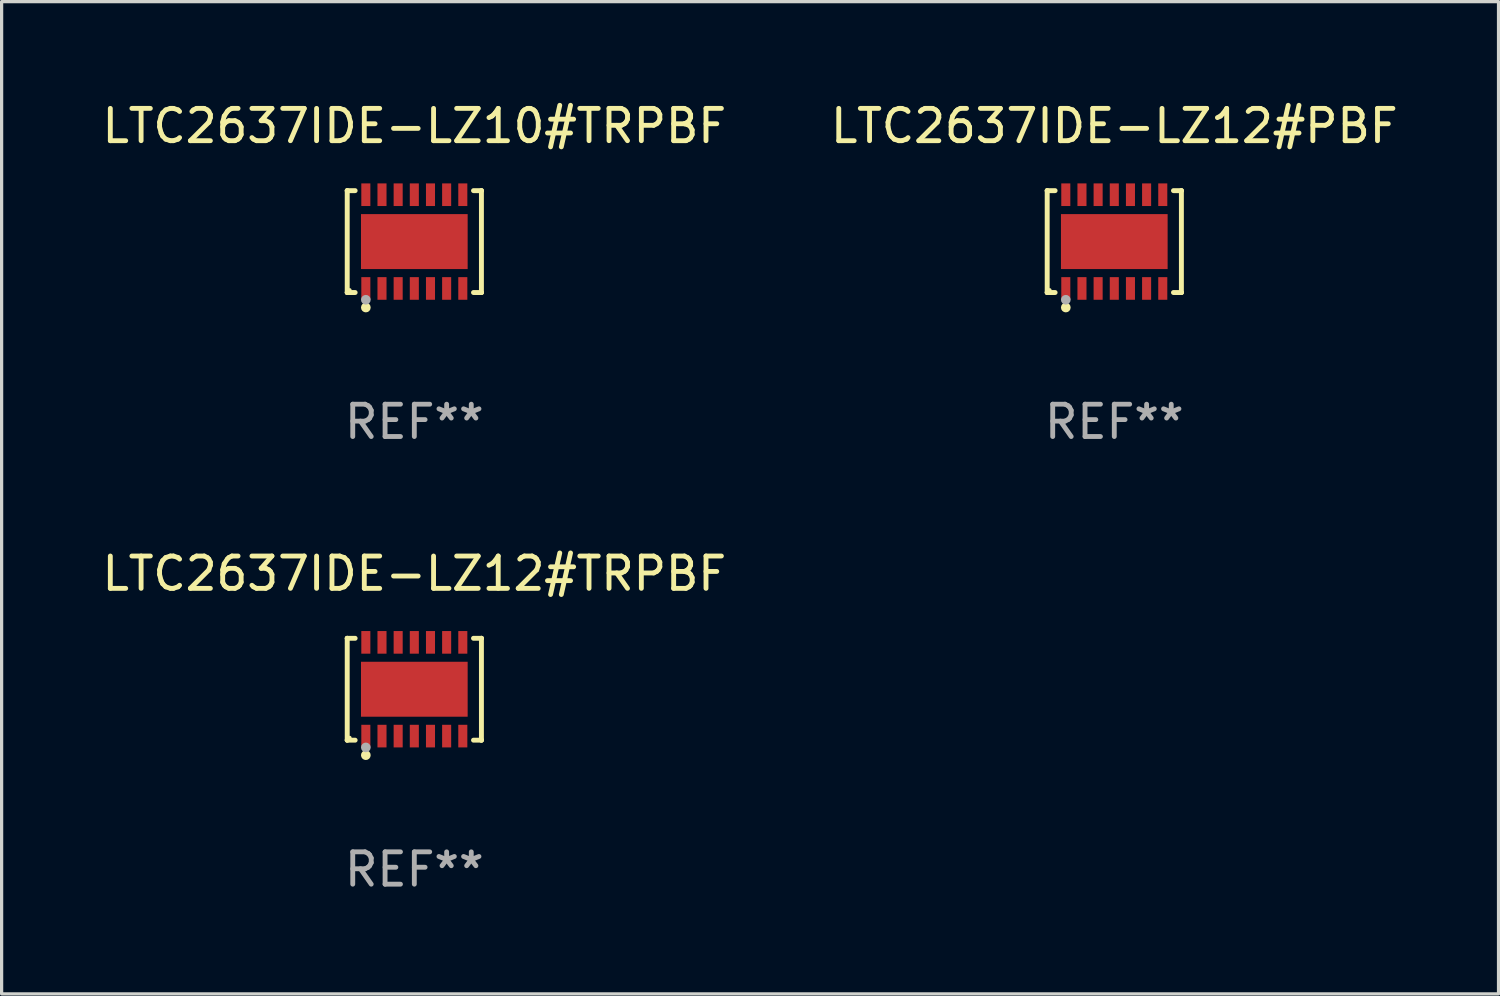
<source format=kicad_pcb>
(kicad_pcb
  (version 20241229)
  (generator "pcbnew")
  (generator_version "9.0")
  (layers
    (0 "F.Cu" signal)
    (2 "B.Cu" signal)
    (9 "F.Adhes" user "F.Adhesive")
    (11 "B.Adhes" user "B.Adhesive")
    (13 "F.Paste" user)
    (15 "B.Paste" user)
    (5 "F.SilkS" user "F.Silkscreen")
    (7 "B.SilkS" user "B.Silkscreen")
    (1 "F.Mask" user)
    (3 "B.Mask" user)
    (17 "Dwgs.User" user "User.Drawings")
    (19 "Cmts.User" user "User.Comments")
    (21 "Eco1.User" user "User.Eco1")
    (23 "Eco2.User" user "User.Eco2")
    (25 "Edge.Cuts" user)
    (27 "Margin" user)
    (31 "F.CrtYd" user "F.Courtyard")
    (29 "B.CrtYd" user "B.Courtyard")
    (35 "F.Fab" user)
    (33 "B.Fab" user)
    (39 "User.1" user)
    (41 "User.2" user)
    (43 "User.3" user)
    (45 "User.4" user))
  (footprint "LTC2637IDE-LZ10#TRPBF"
    (layer "F.Cu")
    (at 9.768 4.424)
    (property "Reference" "LTC2637IDE-LZ10#TRPBF" (at 0 -3.576 0) (layer "F.SilkS") (effects (font (size 1 1) (thickness 0.15))))
    (attr through_hole)
    (fp_line (start -2.076 -1.576) (end -2.076 -1.576) (stroke (width 0.152) (type solid)) (layer "F.SilkS"))
    (fp_line (start -2.076 -1.576) (end -1.831 -1.576) (stroke (width 0.152) (type solid)) (layer "F.SilkS"))
    (fp_line (start -2.076 1.576) (end -2.076 -1.576) (stroke (width 0.152) (type solid)) (layer "F.SilkS"))
    (fp_line (start -2.076 1.576) (end -2.076 1.576) (stroke (width 0.152) (type solid)) (layer "F.SilkS"))
    (fp_line (start -1.831 1.576) (end -2.076 1.576) (stroke (width 0.152) (type solid)) (layer "F.SilkS"))
    (fp_line (start 1.831 1.576) (end 2.076 1.576) (stroke (width 0.152) (type solid)) (layer "F.SilkS"))
    (fp_line (start 2.076 -1.576) (end 1.831 -1.576) (stroke (width 0.152) (type solid)) (layer "F.SilkS"))
    (fp_line (start 2.076 -1.576) (end 2.076 -1.576) (stroke (width 0.152) (type solid)) (layer "F.SilkS"))
    (fp_line (start 2.076 1.576) (end 2.076 -1.576) (stroke (width 0.152) (type solid)) (layer "F.SilkS"))
    (fp_line (start 2.076 1.576) (end 2.076 1.576) (stroke (width 0.152) (type solid)) (layer "F.SilkS"))
    (fp_circle (center -2 1.5) (end -1.97 1.5) (stroke (width 0.06) (type solid)) (fill no) (layer "F.SilkS"))
    (fp_circle (center -1.5 2.04) (end -1.425 2.04) (stroke (width 0.15) (type solid)) (fill no) (layer "F.SilkS"))
    (fp_circle (center -1.5 1.8) (end -1.425 1.8) (stroke (width 0.15) (type solid)) (fill no) (layer "F.Fab"))
    (fp_text user "REF**" (at 0 5.576 0) (layer "F.Fab") (effects (font (size 1 1) (thickness 0.15))))
    (pad "1" smd rect (at -1.5 1.45) (size 0.28 0.7) (layers "F.Cu" "F.Mask" "F.Paste"))
    (pad "2" smd rect (at -1 1.45) (size 0.28 0.7) (layers "F.Cu" "F.Mask" "F.Paste"))
    (pad "3" smd rect (at -0.5 1.45) (size 0.28 0.7) (layers "F.Cu" "F.Mask" "F.Paste"))
    (pad "4" smd rect (at 0 1.45) (size 0.28 0.7) (layers "F.Cu" "F.Mask" "F.Paste"))
    (pad "5" smd rect (at 0.5 1.45) (size 0.28 0.7) (layers "F.Cu" "F.Mask" "F.Paste"))
    (pad "6" smd rect (at 1 1.45) (size 0.28 0.7) (layers "F.Cu" "F.Mask" "F.Paste"))
    (pad "7" smd rect (at 1.5 1.45) (size 0.28 0.7) (layers "F.Cu" "F.Mask" "F.Paste"))
    (pad "8" smd rect (at 1.5 -1.45) (size 0.28 0.7) (layers "F.Cu" "F.Mask" "F.Paste"))
    (pad "9" smd rect (at 1 -1.45) (size 0.28 0.7) (layers "F.Cu" "F.Mask" "F.Paste"))
    (pad "10" smd rect (at 0.5 -1.45) (size 0.28 0.7) (layers "F.Cu" "F.Mask" "F.Paste"))
    (pad "11" smd rect (at 0 -1.45) (size 0.28 0.7) (layers "F.Cu" "F.Mask" "F.Paste"))
    (pad "12" smd rect (at -0.5 -1.45) (size 0.28 0.7) (layers "F.Cu" "F.Mask" "F.Paste"))
    (pad "13" smd rect (at -1 -1.45) (size 0.28 0.7) (layers "F.Cu" "F.Mask" "F.Paste"))
    (pad "14" smd rect (at -1.5 -1.45) (size 0.28 0.7) (layers "F.Cu" "F.Mask" "F.Paste"))
    (pad "15" smd rect (at 0 0) (size 3.3 1.7) (layers "F.Cu" "F.Mask" "F.Paste")))
  (footprint "LTC2637IDE-LZ12#TRPBF"
    (layer "F.Cu")
    (at 9.768 18.273)
    (property "Reference" "LTC2637IDE-LZ12#TRPBF" (at 0 -3.576 0) (layer "F.SilkS") (effects (font (size 1 1) (thickness 0.15))))
    (attr through_hole)
    (fp_line (start -2.076 -1.576) (end -2.076 -1.576) (stroke (width 0.152) (type solid)) (layer "F.SilkS"))
    (fp_line (start -2.076 -1.576) (end -1.831 -1.576) (stroke (width 0.152) (type solid)) (layer "F.SilkS"))
    (fp_line (start -2.076 1.576) (end -2.076 -1.576) (stroke (width 0.152) (type solid)) (layer "F.SilkS"))
    (fp_line (start -2.076 1.576) (end -2.076 1.576) (stroke (width 0.152) (type solid)) (layer "F.SilkS"))
    (fp_line (start -1.831 1.576) (end -2.076 1.576) (stroke (width 0.152) (type solid)) (layer "F.SilkS"))
    (fp_line (start 1.831 1.576) (end 2.076 1.576) (stroke (width 0.152) (type solid)) (layer "F.SilkS"))
    (fp_line (start 2.076 -1.576) (end 1.831 -1.576) (stroke (width 0.152) (type solid)) (layer "F.SilkS"))
    (fp_line (start 2.076 -1.576) (end 2.076 -1.576) (stroke (width 0.152) (type solid)) (layer "F.SilkS"))
    (fp_line (start 2.076 1.576) (end 2.076 -1.576) (stroke (width 0.152) (type solid)) (layer "F.SilkS"))
    (fp_line (start 2.076 1.576) (end 2.076 1.576) (stroke (width 0.152) (type solid)) (layer "F.SilkS"))
    (fp_circle (center -2 1.5) (end -1.97 1.5) (stroke (width 0.06) (type solid)) (fill no) (layer "F.SilkS"))
    (fp_circle (center -1.5 2.04) (end -1.425 2.04) (stroke (width 0.15) (type solid)) (fill no) (layer "F.SilkS"))
    (fp_circle (center -1.5 1.8) (end -1.425 1.8) (stroke (width 0.15) (type solid)) (fill no) (layer "F.Fab"))
    (fp_text user "REF**" (at 0 5.576 0) (layer "F.Fab") (effects (font (size 1 1) (thickness 0.15))))
    (pad "1" smd rect (at -1.5 1.45) (size 0.28 0.7) (layers "F.Cu" "F.Mask" "F.Paste"))
    (pad "2" smd rect (at -1 1.45) (size 0.28 0.7) (layers "F.Cu" "F.Mask" "F.Paste"))
    (pad "3" smd rect (at -0.5 1.45) (size 0.28 0.7) (layers "F.Cu" "F.Mask" "F.Paste"))
    (pad "4" smd rect (at 0 1.45) (size 0.28 0.7) (layers "F.Cu" "F.Mask" "F.Paste"))
    (pad "5" smd rect (at 0.5 1.45) (size 0.28 0.7) (layers "F.Cu" "F.Mask" "F.Paste"))
    (pad "6" smd rect (at 1 1.45) (size 0.28 0.7) (layers "F.Cu" "F.Mask" "F.Paste"))
    (pad "7" smd rect (at 1.5 1.45) (size 0.28 0.7) (layers "F.Cu" "F.Mask" "F.Paste"))
    (pad "8" smd rect (at 1.5 -1.45) (size 0.28 0.7) (layers "F.Cu" "F.Mask" "F.Paste"))
    (pad "9" smd rect (at 1 -1.45) (size 0.28 0.7) (layers "F.Cu" "F.Mask" "F.Paste"))
    (pad "10" smd rect (at 0.5 -1.45) (size 0.28 0.7) (layers "F.Cu" "F.Mask" "F.Paste"))
    (pad "11" smd rect (at 0 -1.45) (size 0.28 0.7) (layers "F.Cu" "F.Mask" "F.Paste"))
    (pad "12" smd rect (at -0.5 -1.45) (size 0.28 0.7) (layers "F.Cu" "F.Mask" "F.Paste"))
    (pad "13" smd rect (at -1 -1.45) (size 0.28 0.7) (layers "F.Cu" "F.Mask" "F.Paste"))
    (pad "14" smd rect (at -1.5 -1.45) (size 0.28 0.7) (layers "F.Cu" "F.Mask" "F.Paste"))
    (pad "15" smd rect (at 0 0) (size 3.3 1.7) (layers "F.Cu" "F.Mask" "F.Paste")))
  (footprint "LTC2637IDE-LZ12#PBF"
    (layer "F.Cu")
    (at 31.423 4.424)
    (property "Reference" "LTC2637IDE-LZ12#PBF" (at 0 -3.576 0) (layer "F.SilkS") (effects (font (size 1 1) (thickness 0.15))))
    (attr through_hole)
    (fp_line (start -2.076 -1.576) (end -2.076 -1.576) (stroke (width 0.152) (type solid)) (layer "F.SilkS"))
    (fp_line (start -2.076 -1.576) (end -1.831 -1.576) (stroke (width 0.152) (type solid)) (layer "F.SilkS"))
    (fp_line (start -2.076 1.576) (end -2.076 -1.576) (stroke (width 0.152) (type solid)) (layer "F.SilkS"))
    (fp_line (start -2.076 1.576) (end -2.076 1.576) (stroke (width 0.152) (type solid)) (layer "F.SilkS"))
    (fp_line (start -1.831 1.576) (end -2.076 1.576) (stroke (width 0.152) (type solid)) (layer "F.SilkS"))
    (fp_line (start 1.831 1.576) (end 2.076 1.576) (stroke (width 0.152) (type solid)) (layer "F.SilkS"))
    (fp_line (start 2.076 -1.576) (end 1.831 -1.576) (stroke (width 0.152) (type solid)) (layer "F.SilkS"))
    (fp_line (start 2.076 -1.576) (end 2.076 -1.576) (stroke (width 0.152) (type solid)) (layer "F.SilkS"))
    (fp_line (start 2.076 1.576) (end 2.076 -1.576) (stroke (width 0.152) (type solid)) (layer "F.SilkS"))
    (fp_line (start 2.076 1.576) (end 2.076 1.576) (stroke (width 0.152) (type solid)) (layer "F.SilkS"))
    (fp_circle (center -2 1.5) (end -1.97 1.5) (stroke (width 0.06) (type solid)) (fill no) (layer "F.SilkS"))
    (fp_circle (center -1.5 2.04) (end -1.425 2.04) (stroke (width 0.15) (type solid)) (fill no) (layer "F.SilkS"))
    (fp_circle (center -1.5 1.8) (end -1.425 1.8) (stroke (width 0.15) (type solid)) (fill no) (layer "F.Fab"))
    (fp_text user "REF**" (at 0 5.576 0) (layer "F.Fab") (effects (font (size 1 1) (thickness 0.15))))
    (pad "1" smd rect (at -1.5 1.45) (size 0.28 0.7) (layers "F.Cu" "F.Mask" "F.Paste"))
    (pad "2" smd rect (at -1 1.45) (size 0.28 0.7) (layers "F.Cu" "F.Mask" "F.Paste"))
    (pad "3" smd rect (at -0.5 1.45) (size 0.28 0.7) (layers "F.Cu" "F.Mask" "F.Paste"))
    (pad "4" smd rect (at 0 1.45) (size 0.28 0.7) (layers "F.Cu" "F.Mask" "F.Paste"))
    (pad "5" smd rect (at 0.5 1.45) (size 0.28 0.7) (layers "F.Cu" "F.Mask" "F.Paste"))
    (pad "6" smd rect (at 1 1.45) (size 0.28 0.7) (layers "F.Cu" "F.Mask" "F.Paste"))
    (pad "7" smd rect (at 1.5 1.45) (size 0.28 0.7) (layers "F.Cu" "F.Mask" "F.Paste"))
    (pad "8" smd rect (at 1.5 -1.45) (size 0.28 0.7) (layers "F.Cu" "F.Mask" "F.Paste"))
    (pad "9" smd rect (at 1 -1.45) (size 0.28 0.7) (layers "F.Cu" "F.Mask" "F.Paste"))
    (pad "10" smd rect (at 0.5 -1.45) (size 0.28 0.7) (layers "F.Cu" "F.Mask" "F.Paste"))
    (pad "11" smd rect (at 0 -1.45) (size 0.28 0.7) (layers "F.Cu" "F.Mask" "F.Paste"))
    (pad "12" smd rect (at -0.5 -1.45) (size 0.28 0.7) (layers "F.Cu" "F.Mask" "F.Paste"))
    (pad "13" smd rect (at -1 -1.45) (size 0.28 0.7) (layers "F.Cu" "F.Mask" "F.Paste"))
    (pad "14" smd rect (at -1.5 -1.45) (size 0.28 0.7) (layers "F.Cu" "F.Mask" "F.Paste"))
    (pad "15" smd rect (at 0 0) (size 3.3 1.7) (layers "F.Cu" "F.Mask" "F.Paste")))
  (gr_rect
    (start -3 -3)
    (end 43.31 27.698)
    (stroke (width 0.1) (type default))
    (fill no)
    (layer "Edge.Cuts")))
</source>
